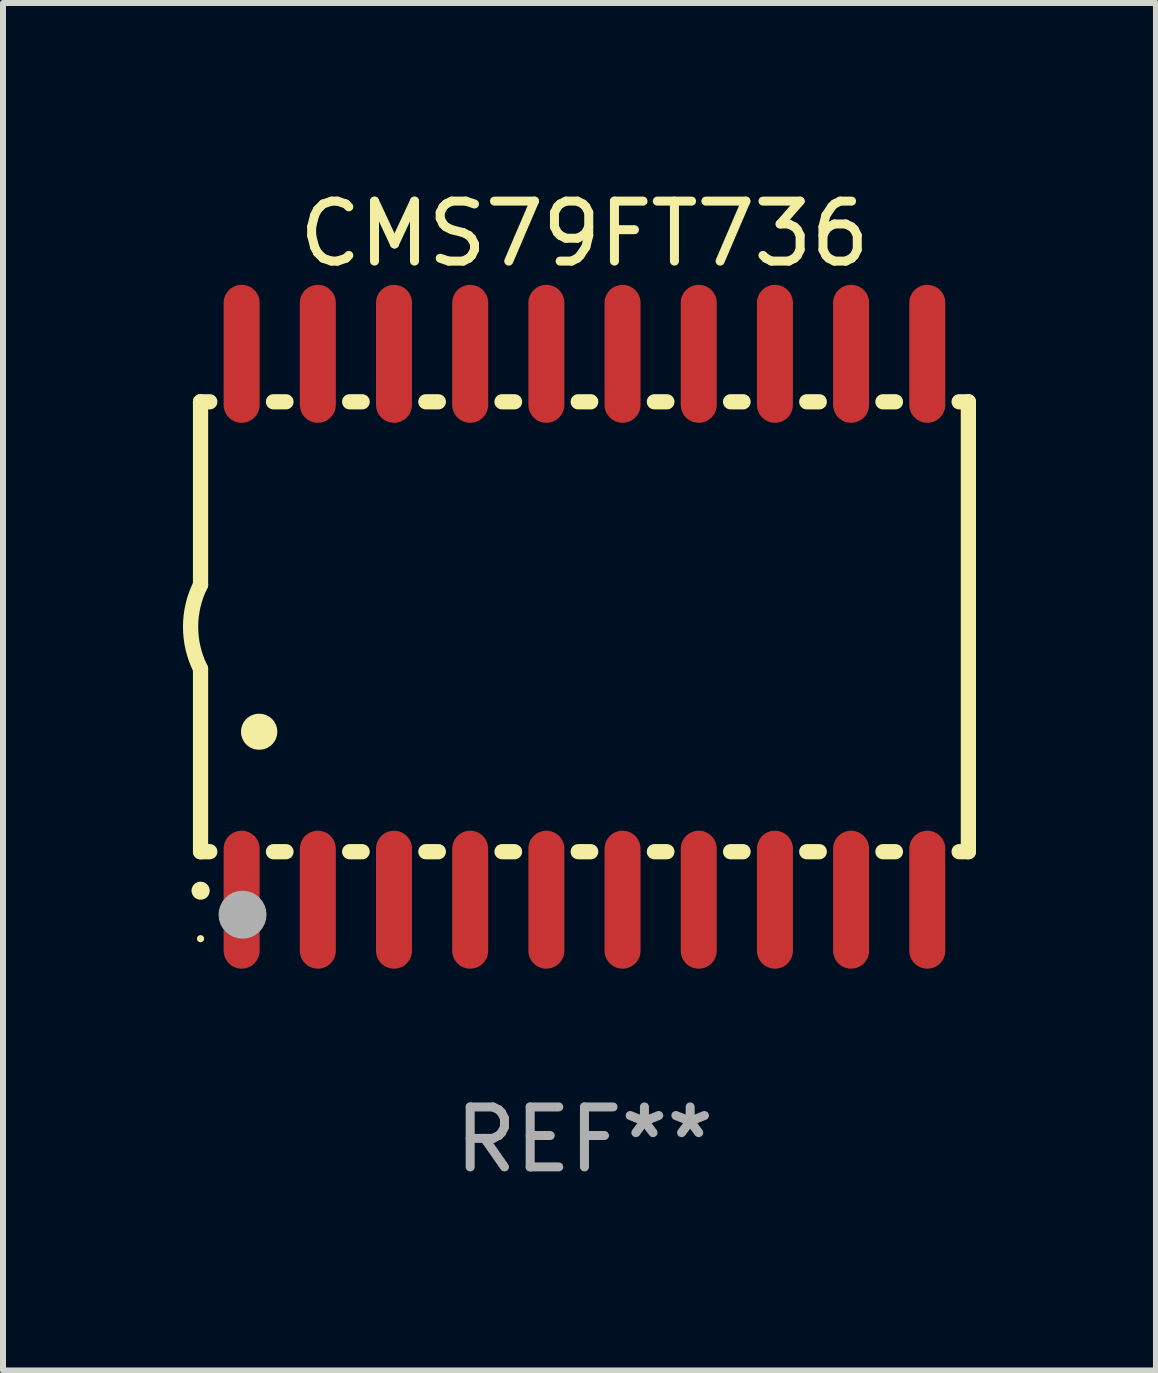
<source format=kicad_pcb>
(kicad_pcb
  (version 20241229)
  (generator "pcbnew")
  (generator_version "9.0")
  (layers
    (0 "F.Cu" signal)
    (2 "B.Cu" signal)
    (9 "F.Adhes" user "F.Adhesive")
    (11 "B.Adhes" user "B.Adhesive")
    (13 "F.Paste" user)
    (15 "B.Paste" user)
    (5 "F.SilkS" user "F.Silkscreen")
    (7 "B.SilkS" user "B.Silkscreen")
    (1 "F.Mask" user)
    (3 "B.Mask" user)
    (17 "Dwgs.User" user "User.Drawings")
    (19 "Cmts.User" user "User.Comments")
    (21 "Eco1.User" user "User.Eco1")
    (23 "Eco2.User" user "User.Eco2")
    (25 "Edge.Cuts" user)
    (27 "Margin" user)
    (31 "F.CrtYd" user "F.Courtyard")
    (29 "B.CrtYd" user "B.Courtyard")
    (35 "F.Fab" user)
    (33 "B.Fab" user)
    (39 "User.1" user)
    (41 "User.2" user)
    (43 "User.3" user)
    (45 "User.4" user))
  (footprint "CMS79FT736"
    (layer "F.Cu")
    (at 6.693 7.398)
    (property "Reference" "CMS79FT736" (at 0 -6.55 0) (layer "F.SilkS") (effects (font (size 1 1) (thickness 0.15))))
    (attr through_hole)
    (fp_line (start -6.4 -3.75) (end -6.4 -0.7) (stroke (width 0.254) (type solid)) (layer "F.SilkS"))
    (fp_line (start -6.4 -3.75) (end -6.246 -3.75) (stroke (width 0.254) (type solid)) (layer "F.SilkS"))
    (fp_line (start -6.4 3.75) (end -6.4 0.7) (stroke (width 0.254) (type solid)) (layer "F.SilkS"))
    (fp_line (start -6.246 3.75) (end -6.4 3.75) (stroke (width 0.254) (type solid)) (layer "F.SilkS"))
    (fp_line (start -5.184 -3.75) (end -4.976 -3.75) (stroke (width 0.254) (type solid)) (layer "F.SilkS"))
    (fp_line (start -4.976 3.75) (end -5.184 3.75) (stroke (width 0.254) (type solid)) (layer "F.SilkS"))
    (fp_line (start -3.914 -3.75) (end -3.706 -3.75) (stroke (width 0.254) (type solid)) (layer "F.SilkS"))
    (fp_line (start -3.706 3.75) (end -3.914 3.75) (stroke (width 0.254) (type solid)) (layer "F.SilkS"))
    (fp_line (start -2.644 -3.75) (end -2.436 -3.75) (stroke (width 0.254) (type solid)) (layer "F.SilkS"))
    (fp_line (start -2.436 3.75) (end -2.644 3.75) (stroke (width 0.254) (type solid)) (layer "F.SilkS"))
    (fp_line (start -1.374 -3.75) (end -1.166 -3.75) (stroke (width 0.254) (type solid)) (layer "F.SilkS"))
    (fp_line (start -1.166 3.75) (end -1.374 3.75) (stroke (width 0.254) (type solid)) (layer "F.SilkS"))
    (fp_line (start -0.104 -3.75) (end 0.104 -3.75) (stroke (width 0.254) (type solid)) (layer "F.SilkS"))
    (fp_line (start 0.104 3.75) (end -0.104 3.75) (stroke (width 0.254) (type solid)) (layer "F.SilkS"))
    (fp_line (start 1.166 -3.75) (end 1.374 -3.75) (stroke (width 0.254) (type solid)) (layer "F.SilkS"))
    (fp_line (start 1.374 3.75) (end 1.166 3.75) (stroke (width 0.254) (type solid)) (layer "F.SilkS"))
    (fp_line (start 2.436 -3.75) (end 2.644 -3.75) (stroke (width 0.254) (type solid)) (layer "F.SilkS"))
    (fp_line (start 2.644 3.75) (end 2.436 3.75) (stroke (width 0.254) (type solid)) (layer "F.SilkS"))
    (fp_line (start 3.706 -3.75) (end 3.914 -3.75) (stroke (width 0.254) (type solid)) (layer "F.SilkS"))
    (fp_line (start 3.914 3.75) (end 3.706 3.75) (stroke (width 0.254) (type solid)) (layer "F.SilkS"))
    (fp_line (start 4.976 -3.75) (end 5.184 -3.75) (stroke (width 0.254) (type solid)) (layer "F.SilkS"))
    (fp_line (start 5.184 3.75) (end 4.976 3.75) (stroke (width 0.254) (type solid)) (layer "F.SilkS"))
    (fp_line (start 6.246 -3.75) (end 6.4 -3.75) (stroke (width 0.254) (type solid)) (layer "F.SilkS"))
    (fp_line (start 6.4 -3.75) (end 6.4 3.75) (stroke (width 0.254) (type solid)) (layer "F.SilkS"))
    (fp_line (start 6.4 3.75) (end 6.246 3.75) (stroke (width 0.254) (type solid)) (layer "F.SilkS"))
    (fp_arc (start -6.400812 0.701041) (mid -6.565912 0.000428) (end -6.400025 -0.7) (stroke (width 0.254001) (type solid)) (layer "F.SilkS"))
    (fp_arc (start -6.400025 4.4) (mid -6.398755 4.399995) (end -6.397485 4.4) (stroke (width 0.3) (type solid)) (layer "F.SilkS"))
    (fp_arc (start -5.425451 1.750064) (mid -5.422911 1.750053) (end -5.420371 1.750064) (stroke (width 0.6) (type solid)) (layer "F.SilkS"))
    (fp_circle (center -6.4 5.2) (end -6.37 5.2) (stroke (width 0.06) (type solid)) (fill no) (layer "F.SilkS"))
    (fp_circle (center -5.7 4.8) (end -5.5 4.8) (stroke (width 0.4) (type solid)) (fill no) (layer "F.Fab"))
    (fp_text user "REF**" (at 0 8.55 0) (layer "F.Fab") (effects (font (size 1 1) (thickness 0.15))))
    (pad "1" smd oval (at -5.715 4.55 180) (size 0.6 2.3) (layers "F.Cu" "F.Mask" "F.Paste"))
    (pad "2" smd oval (at -4.445 4.55 180) (size 0.6 2.3) (layers "F.Cu" "F.Mask" "F.Paste"))
    (pad "3" smd oval (at -3.175 4.55 180) (size 0.6 2.3) (layers "F.Cu" "F.Mask" "F.Paste"))
    (pad "4" smd oval (at -1.905 4.55 180) (size 0.6 2.3) (layers "F.Cu" "F.Mask" "F.Paste"))
    (pad "5" smd oval (at -0.635 4.55 180) (size 0.6 2.3) (layers "F.Cu" "F.Mask" "F.Paste"))
    (pad "6" smd oval (at 0.635 4.55 180) (size 0.6 2.3) (layers "F.Cu" "F.Mask" "F.Paste"))
    (pad "7" smd oval (at 1.905 4.55 180) (size 0.6 2.3) (layers "F.Cu" "F.Mask" "F.Paste"))
    (pad "8" smd oval (at 3.175 4.55 180) (size 0.6 2.3) (layers "F.Cu" "F.Mask" "F.Paste"))
    (pad "9" smd oval (at 4.445 4.55 180) (size 0.6 2.3) (layers "F.Cu" "F.Mask" "F.Paste"))
    (pad "10" smd oval (at 5.715 4.55 180) (size 0.6 2.3) (layers "F.Cu" "F.Mask" "F.Paste"))
    (pad "11" smd oval (at 5.715 -4.55 180) (size 0.6 2.3) (layers "F.Cu" "F.Mask" "F.Paste"))
    (pad "12" smd oval (at 4.445 -4.55 180) (size 0.6 2.3) (layers "F.Cu" "F.Mask" "F.Paste"))
    (pad "13" smd oval (at 3.175 -4.55 180) (size 0.6 2.3) (layers "F.Cu" "F.Mask" "F.Paste"))
    (pad "14" smd oval (at 1.905 -4.55 180) (size 0.6 2.3) (layers "F.Cu" "F.Mask" "F.Paste"))
    (pad "15" smd oval (at 0.635 -4.55 180) (size 0.6 2.3) (layers "F.Cu" "F.Mask" "F.Paste"))
    (pad "16" smd oval (at -0.635 -4.55 180) (size 0.6 2.3) (layers "F.Cu" "F.Mask" "F.Paste"))
    (pad "17" smd oval (at -1.905 -4.55 180) (size 0.6 2.3) (layers "F.Cu" "F.Mask" "F.Paste"))
    (pad "18" smd oval (at -3.175 -4.55 180) (size 0.6 2.3) (layers "F.Cu" "F.Mask" "F.Paste"))
    (pad "19" smd oval (at -4.445 -4.55 180) (size 0.6 2.3) (layers "F.Cu" "F.Mask" "F.Paste"))
    (pad "20" smd oval (at -5.715 -4.55 180) (size 0.6 2.3) (layers "F.Cu" "F.Mask" "F.Paste")))
  (gr_rect
    (start -3 -3)
    (end 16.22 19.796)
    (stroke (width 0.1) (type default))
    (fill no)
    (layer "Edge.Cuts")))
</source>
